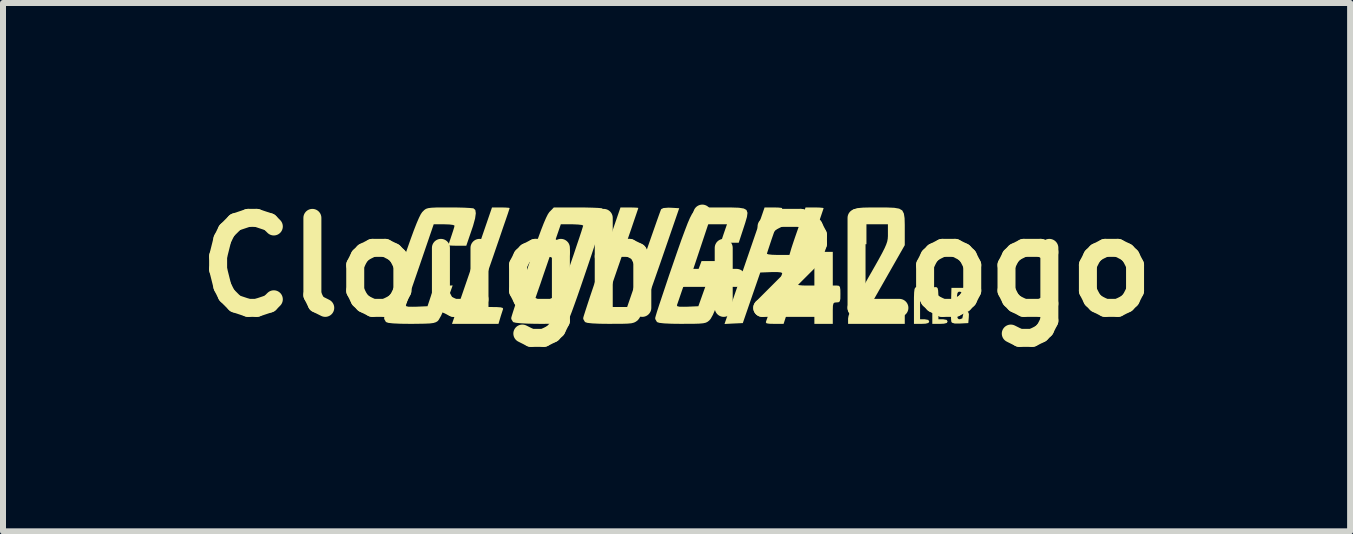
<source format=kicad_pcb>
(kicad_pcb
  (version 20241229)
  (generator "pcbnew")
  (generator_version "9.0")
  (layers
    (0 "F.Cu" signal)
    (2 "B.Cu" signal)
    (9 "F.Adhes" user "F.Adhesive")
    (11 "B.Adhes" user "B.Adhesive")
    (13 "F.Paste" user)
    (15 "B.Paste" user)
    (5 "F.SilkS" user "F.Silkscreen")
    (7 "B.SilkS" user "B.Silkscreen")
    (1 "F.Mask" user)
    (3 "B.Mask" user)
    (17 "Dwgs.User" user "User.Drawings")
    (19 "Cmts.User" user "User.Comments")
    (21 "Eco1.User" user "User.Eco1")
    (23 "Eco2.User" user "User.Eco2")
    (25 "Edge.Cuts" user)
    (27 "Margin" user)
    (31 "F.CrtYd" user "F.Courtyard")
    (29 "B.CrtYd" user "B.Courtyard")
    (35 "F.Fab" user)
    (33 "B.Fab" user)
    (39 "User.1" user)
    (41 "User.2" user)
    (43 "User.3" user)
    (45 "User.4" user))
  (footprint "Clough42Logo"
    (layer "F.Cu")
    (at 8.229 1.404)
    (property "Reference" "Clough42Logo" (at 0 0 0) (layer "F.SilkS") (effects (font (size 1.5 1.5) (thickness 0.3))))
    (attr board_only exclude_from_pos_files exclude_from_bom)
    (fp_poly (pts (xy 4.031 0.335) (xy 4.045 0.351) (xy 4.054 0.389) (xy 4.058 0.458) (xy 4.059 0.566) (xy 4.059 0.6) (xy 4.059 0.868) (xy 4.135 0.868) (xy 4.196 0.879) (xy 4.212 0.906) (xy 4.198 0.93) (xy 4.151 0.942) (xy 4.084 0.945) (xy 3.957 0.945) (xy 3.957 0.638) (xy 3.957 0.509) (xy 3.96 0.422) (xy 3.966 0.37) (xy 3.976 0.343) (xy 3.993 0.333) (xy 4.008 0.332)) (stroke (width 0) (type solid)) (fill yes) (layer "F.SilkS"))
    (fp_poly (pts (xy 4.337 0.335) (xy 4.352 0.351) (xy 4.36 0.389) (xy 4.364 0.458) (xy 4.365 0.566) (xy 4.365 0.6) (xy 4.365 0.868) (xy 4.442 0.868) (xy 4.503 0.879) (xy 4.518 0.906) (xy 4.505 0.93) (xy 4.457 0.942) (xy 4.391 0.945) (xy 4.263 0.945) (xy 4.263 0.638) (xy 4.264 0.509) (xy 4.266 0.422) (xy 4.272 0.37) (xy 4.282 0.343) (xy 4.299 0.333) (xy 4.314 0.332)) (stroke (width 0) (type solid)) (fill yes) (layer "F.SilkS"))
    (fp_poly (pts (xy -2.851 -0.994) (xy -2.797 -0.99) (xy -2.783 -0.986) (xy -2.791 -0.96) (xy -2.813 -0.892) (xy -2.849 -0.787) (xy -2.896 -0.651) (xy -2.951 -0.489) (xy -3.014 -0.306) (xy -3.063 -0.163) (xy -3.13 0.03) (xy -3.191 0.207) (xy -3.244 0.363) (xy -3.288 0.491) (xy -3.321 0.586) (xy -3.34 0.643) (xy -3.344 0.657) (xy -3.32 0.66) (xy -3.257 0.662) (xy -3.165 0.664) (xy -3.112 0.664) (xy -3 0.665) (xy -2.931 0.67) (xy -2.898 0.68) (xy -2.892 0.696) (xy -2.893 0.699) (xy -2.908 0.745) (xy -2.931 0.816) (xy -2.938 0.84) (xy -2.969 0.945) (xy -3.357 0.945) (xy -3.744 0.945) (xy -3.41 -0.026) (xy -3.077 -0.996) (xy -2.93 -0.996)) (stroke (width 0) (type solid)) (fill yes) (layer "F.SilkS"))
    (fp_poly (pts (xy 4.871 0.44) (xy 4.872 0.504) (xy 4.857 0.531) (xy 4.826 0.536) (xy 4.785 0.522) (xy 4.774 0.472) (xy 4.762 0.422) (xy 4.723 0.408) (xy 4.698 0.412) (xy 4.683 0.43) (xy 4.675 0.472) (xy 4.672 0.548) (xy 4.672 0.638) (xy 4.672 0.747) (xy 4.676 0.815) (xy 4.686 0.851) (xy 4.702 0.866) (xy 4.723 0.868) (xy 4.763 0.853) (xy 4.774 0.804) (xy 4.785 0.754) (xy 4.826 0.74) (xy 4.86 0.748) (xy 4.873 0.779) (xy 4.871 0.836) (xy 4.863 0.932) (xy 4.729 0.939) (xy 4.639 0.94) (xy 4.592 0.926) (xy 4.581 0.912) (xy 4.576 0.873) (xy 4.573 0.796) (xy 4.573 0.692) (xy 4.575 0.611) (xy 4.582 0.345) (xy 4.723 0.345) (xy 4.863 0.345)) (stroke (width 0) (type solid)) (fill yes) (layer "F.SilkS"))
    (fp_poly (pts (xy 3.511 -0.995) (xy 3.629 -0.99) (xy 3.71 -0.976) (xy 3.762 -0.946) (xy 3.789 -0.894) (xy 3.801 -0.817) (xy 3.804 -0.707) (xy 3.804 -0.635) (xy 3.804 -0.367) (xy 3.514 0.142) (xy 3.224 0.651) (xy 3.514 0.658) (xy 3.804 0.665) (xy 3.804 0.805) (xy 3.804 0.945) (xy 3.331 0.945) (xy 2.859 0.945) (xy 2.859 0.855) (xy 2.866 0.814) (xy 2.887 0.754) (xy 2.926 0.67) (xy 2.984 0.557) (xy 3.063 0.411) (xy 3.167 0.227) (xy 3.191 0.184) (xy 3.291 0.009) (xy 3.369 -0.129) (xy 3.427 -0.236) (xy 3.468 -0.317) (xy 3.495 -0.379) (xy 3.512 -0.43) (xy 3.52 -0.474) (xy 3.523 -0.518) (xy 3.523 -0.556) (xy 3.523 -0.715) (xy 3.344 -0.715) (xy 3.165 -0.715) (xy 3.165 -0.549) (xy 3.165 -0.383) (xy 3.025 -0.383) (xy 2.885 -0.383) (xy 2.885 -0.647) (xy 2.885 -0.77) (xy 2.891 -0.861) (xy 2.91 -0.923) (xy 2.948 -0.962) (xy 3.012 -0.984) (xy 3.11 -0.993) (xy 3.248 -0.996) (xy 3.349 -0.996)) (stroke (width 0) (type solid)) (fill yes) (layer "F.SilkS"))
    (fp_poly (pts (xy -0.707 -0.994) (xy -0.653 -0.991) (xy -0.638 -0.987) (xy -0.646 -0.961) (xy -0.669 -0.893) (xy -0.705 -0.788) (xy -0.751 -0.652) (xy -0.807 -0.49) (xy -0.869 -0.308) (xy -0.919 -0.165) (xy -0.986 0.028) (xy -1.047 0.205) (xy -1.1 0.361) (xy -1.144 0.489) (xy -1.176 0.585) (xy -1.195 0.642) (xy -1.2 0.656) (xy -1.176 0.66) (xy -1.114 0.662) (xy -1.027 0.664) (xy -1.012 0.664) (xy -0.824 0.664) (xy -0.549 -0.137) (xy -0.483 -0.33) (xy -0.421 -0.508) (xy -0.366 -0.665) (xy -0.32 -0.796) (xy -0.285 -0.894) (xy -0.263 -0.953) (xy -0.256 -0.968) (xy -0.218 -0.986) (xy -0.139 -0.992) (xy -0.097 -0.991) (xy 0.044 -0.983) (xy -0.268 -0.078) (xy -0.353 0.165) (xy -0.423 0.364) (xy -0.481 0.524) (xy -0.528 0.648) (xy -0.566 0.742) (xy -0.597 0.809) (xy -0.623 0.854) (xy -0.644 0.881) (xy -0.649 0.886) (xy -0.678 0.908) (xy -0.71 0.924) (xy -0.753 0.935) (xy -0.817 0.941) (xy -0.911 0.944) (xy -1.044 0.944) (xy -1.107 0.945) (xy -1.281 0.943) (xy -1.407 0.937) (xy -1.488 0.928) (xy -1.526 0.915) (xy -1.527 0.914) (xy -1.554 0.868) (xy -1.557 0.849) (xy -1.549 0.818) (xy -1.526 0.745) (xy -1.49 0.634) (xy -1.443 0.491) (xy -1.386 0.322) (xy -1.322 0.133) (xy -1.252 -0.071) (xy -1.246 -0.09) (xy -0.935 -0.996) (xy -0.786 -0.996)) (stroke (width 0) (type solid)) (fill yes) (layer "F.SilkS"))
    (fp_poly (pts (xy -3.66 -0.995) (xy -3.541 -0.992) (xy -3.449 -0.987) (xy -3.394 -0.982) (xy -3.385 -0.98) (xy -3.355 -0.953) (xy -3.347 -0.899) (xy -3.359 -0.812) (xy -3.393 -0.688) (xy -3.425 -0.594) (xy -3.506 -0.357) (xy -3.655 -0.357) (xy -3.734 -0.359) (xy -3.788 -0.362) (xy -3.804 -0.366) (xy -3.796 -0.393) (xy -3.776 -0.454) (xy -3.753 -0.523) (xy -3.726 -0.605) (xy -3.707 -0.667) (xy -3.702 -0.693) (xy -3.725 -0.704) (xy -3.786 -0.712) (xy -3.872 -0.715) (xy -3.875 -0.715) (xy -4.049 -0.715) (xy -4.274 -0.057) (xy -4.334 0.117) (xy -4.389 0.277) (xy -4.437 0.415) (xy -4.475 0.524) (xy -4.501 0.599) (xy -4.512 0.633) (xy -4.513 0.633) (xy -4.507 0.65) (xy -4.471 0.659) (xy -4.396 0.66) (xy -4.339 0.659) (xy -4.152 0.651) (xy -4.097 0.485) (xy -4.042 0.319) (xy -3.888 0.312) (xy -3.733 0.304) (xy -3.831 0.58) (xy -3.88 0.706) (xy -3.926 0.809) (xy -3.966 0.879) (xy -3.984 0.9) (xy -4.012 0.917) (xy -4.052 0.93) (xy -4.113 0.938) (xy -4.202 0.942) (xy -4.329 0.944) (xy -4.427 0.945) (xy -4.601 0.943) (xy -4.727 0.937) (xy -4.807 0.928) (xy -4.845 0.914) (xy -4.845 0.914) (xy -4.872 0.868) (xy -4.876 0.848) (xy -4.868 0.817) (xy -4.845 0.743) (xy -4.809 0.632) (xy -4.763 0.491) (xy -4.707 0.324) (xy -4.644 0.138) (xy -4.59 -0.021) (xy -4.506 -0.262) (xy -4.437 -0.458) (xy -4.38 -0.614) (xy -4.333 -0.734) (xy -4.295 -0.822) (xy -4.265 -0.882) (xy -4.24 -0.919) (xy -4.234 -0.925) (xy -4.206 -0.953) (xy -4.178 -0.972) (xy -4.141 -0.984) (xy -4.086 -0.991) (xy -4.004 -0.995) (xy -3.886 -0.996) (xy -3.795 -0.996)) (stroke (width 0) (type solid)) (fill yes) (layer "F.SilkS"))
    (fp_poly (pts (xy 0.918 -0.995) (xy 1.039 -0.991) (xy 1.121 -0.978) (xy 1.166 -0.952) (xy 1.182 -0.906) (xy 1.173 -0.838) (xy 1.145 -0.741) (xy 1.117 -0.655) (xy 1.036 -0.408) (xy 0.888 -0.408) (xy 0.809 -0.41) (xy 0.755 -0.413) (xy 0.74 -0.417) (xy 0.748 -0.444) (xy 0.768 -0.505) (xy 0.79 -0.57) (xy 0.84 -0.715) (xy 0.655 -0.715) (xy 0.47 -0.715) (xy 0.244 -0.057) (xy 0.184 0.117) (xy 0.129 0.277) (xy 0.081 0.415) (xy 0.044 0.524) (xy 0.018 0.599) (xy 0.006 0.633) (xy 0.006 0.633) (xy 0.011 0.65) (xy 0.047 0.659) (xy 0.123 0.66) (xy 0.178 0.659) (xy 0.363 0.651) (xy 0.447 0.415) (xy 0.531 0.179) (xy 0.422 0.179) (xy 0.312 0.179) (xy 0.364 0.038) (xy 0.416 -0.102) (xy 0.667 -0.102) (xy 0.774 -0.101) (xy 0.858 -0.099) (xy 0.909 -0.095) (xy 0.919 -0.092) (xy 0.911 -0.066) (xy 0.889 0.001) (xy 0.856 0.101) (xy 0.814 0.226) (xy 0.766 0.369) (xy 0.764 0.374) (xy 0.7 0.558) (xy 0.647 0.698) (xy 0.604 0.797) (xy 0.568 0.861) (xy 0.546 0.887) (xy 0.519 0.909) (xy 0.488 0.925) (xy 0.444 0.935) (xy 0.379 0.941) (xy 0.284 0.944) (xy 0.15 0.944) (xy 0.093 0.945) (xy -0.081 0.943) (xy -0.208 0.937) (xy -0.288 0.928) (xy -0.326 0.915) (xy -0.327 0.914) (xy -0.354 0.868) (xy -0.357 0.848) (xy -0.349 0.817) (xy -0.327 0.743) (xy -0.291 0.632) (xy -0.244 0.491) (xy -0.188 0.324) (xy -0.126 0.138) (xy -0.071 -0.021) (xy 0.012 -0.262) (xy 0.081 -0.458) (xy 0.139 -0.614) (xy 0.185 -0.734) (xy 0.223 -0.822) (xy 0.254 -0.882) (xy 0.279 -0.919) (xy 0.284 -0.925) (xy 0.353 -0.996) (xy 0.75 -0.996)) (stroke (width 0) (type solid)) (fill yes) (layer "F.SilkS"))
    (fp_poly (pts (xy -1.526 -0.995) (xy -1.405 -0.992) (xy -1.31 -0.988) (xy -1.252 -0.983) (xy -1.24 -0.98) (xy -1.209 -0.945) (xy -1.2 -0.899) (xy -1.208 -0.863) (xy -1.23 -0.785) (xy -1.265 -0.673) (xy -1.31 -0.533) (xy -1.363 -0.373) (xy -1.42 -0.2) (xy -1.481 -0.019) (xy -1.542 0.16) (xy -1.601 0.333) (xy -1.656 0.492) (xy -1.705 0.629) (xy -1.745 0.739) (xy -1.774 0.814) (xy -1.787 0.842) (xy -1.831 0.896) (xy -1.862 0.918) (xy -1.908 0.929) (xy -1.992 0.937) (xy -2.103 0.943) (xy -2.229 0.945) (xy -2.361 0.944) (xy -2.487 0.941) (xy -2.597 0.935) (xy -2.679 0.927) (xy -2.723 0.916) (xy -2.726 0.914) (xy -2.754 0.868) (xy -2.757 0.848) (xy -2.749 0.817) (xy -2.726 0.743) (xy -2.69 0.632) (xy -2.69 0.632) (xy -2.393 0.632) (xy -2.386 0.649) (xy -2.342 0.659) (xy -2.258 0.663) (xy -2.213 0.664) (xy -2.021 0.664) (xy -1.981 0.555) (xy -1.952 0.476) (xy -1.914 0.366) (xy -1.868 0.234) (xy -1.817 0.088) (xy -1.765 -0.066) (xy -1.713 -0.218) (xy -1.665 -0.362) (xy -1.622 -0.489) (xy -1.588 -0.592) (xy -1.566 -0.663) (xy -1.557 -0.693) (xy -1.557 -0.694) (xy -1.581 -0.704) (xy -1.642 -0.711) (xy -1.73 -0.715) (xy -1.743 -0.715) (xy -1.93 -0.715) (xy -2.156 -0.057) (xy -2.216 0.117) (xy -2.27 0.277) (xy -2.318 0.414) (xy -2.356 0.524) (xy -2.382 0.598) (xy -2.393 0.632) (xy -2.393 0.632) (xy -2.69 0.632) (xy -2.644 0.491) (xy -2.588 0.324) (xy -2.525 0.138) (xy -2.471 -0.021) (xy -2.388 -0.262) (xy -2.318 -0.458) (xy -2.261 -0.614) (xy -2.214 -0.734) (xy -2.176 -0.822) (xy -2.146 -0.882) (xy -2.121 -0.919) (xy -2.115 -0.925) (xy -2.046 -0.996) (xy -1.663 -0.996)) (stroke (width 0) (type solid)) (fill yes) (layer "F.SilkS"))
    (fp_poly (pts (xy 1.693 -0.994) (xy 1.747 -0.989) (xy 1.761 -0.984) (xy 1.753 -0.957) (xy 1.731 -0.891) (xy 1.698 -0.794) (xy 1.657 -0.674) (xy 1.634 -0.608) (xy 1.589 -0.479) (xy 1.552 -0.368) (xy 1.524 -0.283) (xy 1.508 -0.233) (xy 1.506 -0.223) (xy 1.53 -0.214) (xy 1.591 -0.207) (xy 1.679 -0.204) (xy 1.694 -0.204) (xy 1.881 -0.204) (xy 1.913 -0.313) (xy 1.935 -0.381) (xy 1.969 -0.482) (xy 2.011 -0.603) (xy 2.048 -0.708) (xy 2.15 -0.996) (xy 2.3 -0.996) (xy 2.38 -0.994) (xy 2.435 -0.989) (xy 2.451 -0.985) (xy 2.443 -0.959) (xy 2.42 -0.891) (xy 2.385 -0.788) (xy 2.34 -0.656) (xy 2.286 -0.502) (xy 2.234 -0.35) (xy 2.175 -0.181) (xy 2.123 -0.028) (xy 2.078 0.102) (xy 2.044 0.203) (xy 2.023 0.268) (xy 2.017 0.29) (xy 2.04 0.299) (xy 2.099 0.305) (xy 2.157 0.306) (xy 2.297 0.306) (xy 2.297 0.026) (xy 2.297 -0.255) (xy 2.451 -0.255) (xy 2.604 -0.255) (xy 2.604 0.026) (xy 2.604 0.306) (xy 2.668 0.306) (xy 2.704 0.31) (xy 2.723 0.329) (xy 2.73 0.377) (xy 2.731 0.447) (xy 2.73 0.527) (xy 2.721 0.569) (xy 2.7 0.585) (xy 2.668 0.587) (xy 2.634 0.59) (xy 2.615 0.605) (xy 2.606 0.644) (xy 2.604 0.718) (xy 2.604 0.766) (xy 2.604 0.945) (xy 2.451 0.945) (xy 2.297 0.945) (xy 2.297 0.766) (xy 2.297 0.587) (xy 2.098 0.587) (xy 1.899 0.587) (xy 1.842 0.766) (xy 1.784 0.945) (xy 1.63 0.945) (xy 1.545 0.943) (xy 1.501 0.936) (xy 1.488 0.92) (xy 1.493 0.9) (xy 1.514 0.842) (xy 1.546 0.752) (xy 1.584 0.642) (xy 1.625 0.521) (xy 1.666 0.398) (xy 1.703 0.285) (xy 1.734 0.19) (xy 1.754 0.124) (xy 1.761 0.098) (xy 1.738 0.087) (xy 1.676 0.081) (xy 1.589 0.081) (xy 1.578 0.082) (xy 1.395 0.089) (xy 1.249 0.511) (xy 1.104 0.932) (xy 0.951 0.939) (xy 0.799 0.947) (xy 1.133 -0.024) (xy 1.467 -0.996) (xy 1.614 -0.996)) (stroke (width 0) (type solid)) (fill yes) (layer "F.SilkS")))
  (gr_rect
    (start -3 -3)
    (end 19.457 5.808)
    (stroke (width 0.1) (type default))
    (fill no)
    (layer "Edge.Cuts")))
</source>
